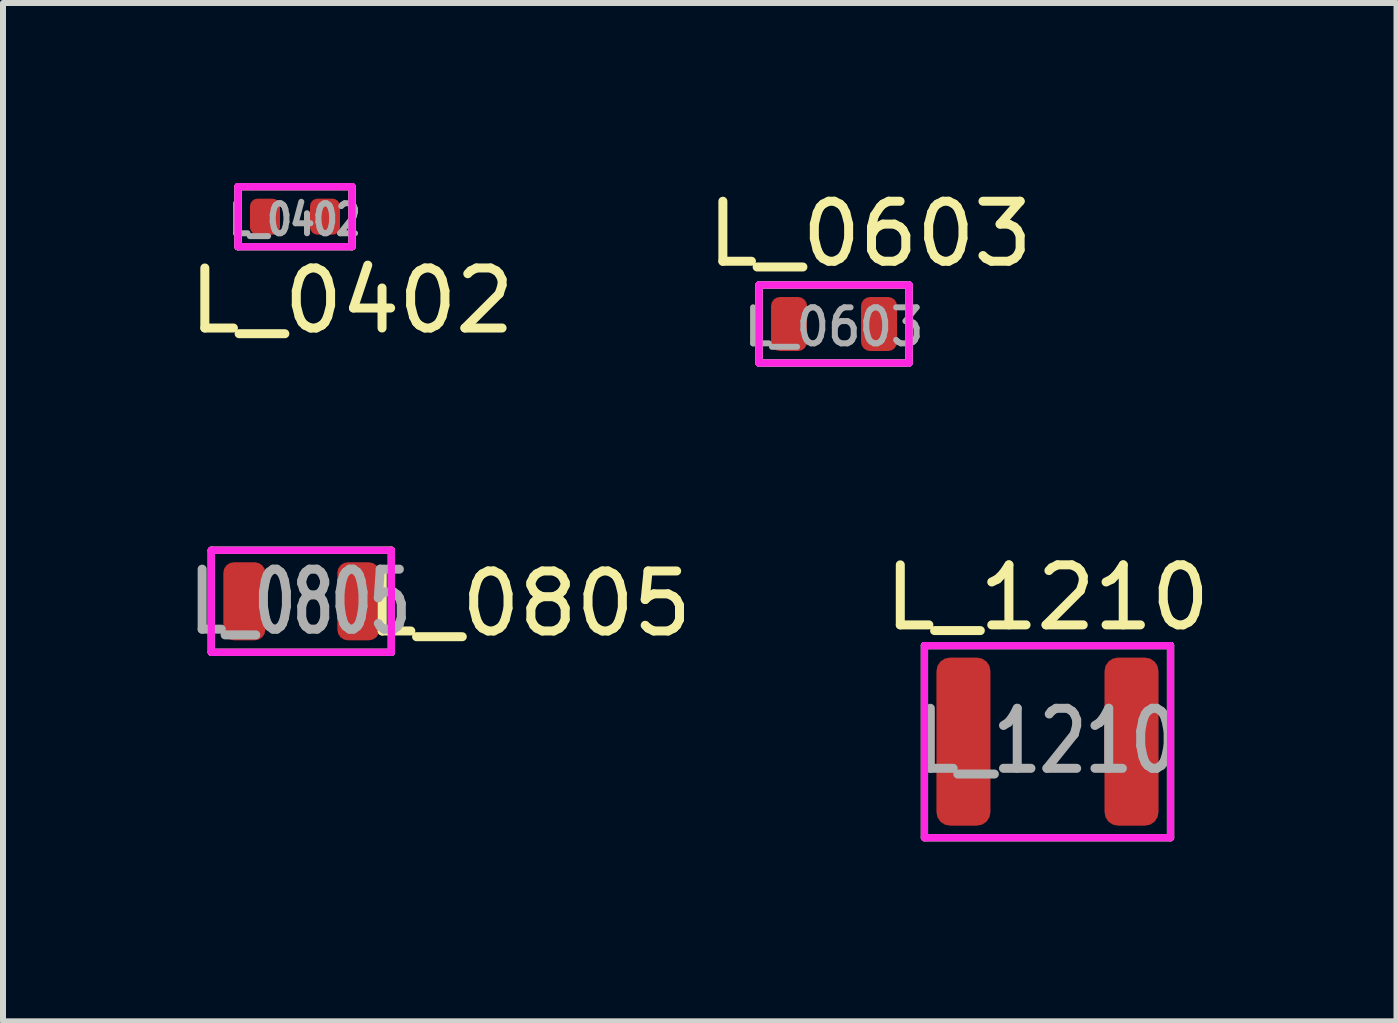
<source format=kicad_pcb>
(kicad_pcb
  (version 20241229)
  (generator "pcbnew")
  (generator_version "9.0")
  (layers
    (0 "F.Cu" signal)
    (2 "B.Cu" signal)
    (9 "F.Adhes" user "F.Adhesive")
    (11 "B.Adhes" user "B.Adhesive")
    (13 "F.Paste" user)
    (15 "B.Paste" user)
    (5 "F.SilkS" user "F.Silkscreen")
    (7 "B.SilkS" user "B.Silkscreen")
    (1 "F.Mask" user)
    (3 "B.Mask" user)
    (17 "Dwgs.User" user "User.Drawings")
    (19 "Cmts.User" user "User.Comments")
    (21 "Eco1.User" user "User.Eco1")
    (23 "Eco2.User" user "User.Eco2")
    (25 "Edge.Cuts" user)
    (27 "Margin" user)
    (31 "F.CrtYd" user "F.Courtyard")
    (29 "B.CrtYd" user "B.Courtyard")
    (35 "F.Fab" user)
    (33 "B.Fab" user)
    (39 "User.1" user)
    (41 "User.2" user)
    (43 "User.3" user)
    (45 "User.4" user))
  (footprint "L_0603"
    (layer "F.Cu")
    (at 10.846 2.348)
    (property "Reference" "L_0603" (at 0.6 -1.5 0) (layer "F.SilkS") (effects (font (size 1 1) (thickness 0.15))))
    (attr through_hole)
    (fp_line (start -1.25 -0.65) (end -1.25 0.65) (stroke (width 0.12) (type solid)) (layer "F.SilkS"))
    (fp_line (start -1.25 0.65) (end 1.25 0.65) (stroke (width 0.12) (type solid)) (layer "F.SilkS"))
    (fp_line (start 1.25 -0.65) (end -1.25 -0.65) (stroke (width 0.12) (type solid)) (layer "F.SilkS"))
    (fp_line (start 1.25 0.65) (end 1.25 -0.65) (stroke (width 0.12) (type solid)) (layer "F.SilkS"))
    (fp_line (start -1.25 -0.65) (end -1.25 0.65) (stroke (width 0.12) (type solid)) (layer "F.CrtYd"))
    (fp_line (start -1.25 0.65) (end 1.25 0.65) (stroke (width 0.12) (type solid)) (layer "F.CrtYd"))
    (fp_line (start 1.25 -0.65) (end -1.25 -0.65) (stroke (width 0.12) (type solid)) (layer "F.CrtYd"))
    (fp_line (start 1.25 0.65) (end 1.25 -0.65) (stroke (width 0.12) (type solid)) (layer "F.CrtYd"))
    (fp_line (start -1.25 -0.65) (end -1.25 0.65) (stroke (width 0.12) (type solid)) (layer "F.Fab"))
    (fp_line (start -1.25 0.65) (end 1.25 0.65) (stroke (width 0.12) (type solid)) (layer "F.Fab"))
    (fp_line (start 1.25 -0.65) (end -1.25 -0.65) (stroke (width 0.12) (type solid)) (layer "F.Fab"))
    (fp_line (start 1.25 0.65) (end 1.25 -0.65) (stroke (width 0.12) (type solid)) (layer "F.Fab"))
    (fp_text user "${REFERENCE}" (at 0 0.05 0) (layer "F.Fab") (effects (font (size 0.6 0.55) (thickness 0.1))))
    (pad "1" smd roundrect (at -0.75 0) (size 0.6 0.9) (layers "F.Cu" "F.Mask" "F.Paste") (roundrect_rratio 0.25))
    (pad "2" smd roundrect (at 0.75 0) (size 0.6 0.9) (layers "F.Cu" "F.Mask" "F.Paste") (roundrect_rratio 0.25)))
  (footprint "L_0402"
    (layer "F.Cu")
    (at 1.865 0.56)
    (property "Reference" "L_0402" (at 0.95 1.4 0) (layer "F.SilkS") (effects (font (size 1 1) (thickness 0.15))))
    (attr through_hole)
    (fp_line (start -0.95 -0.5) (end 0.95 -0.5) (stroke (width 0.12) (type solid)) (layer "F.SilkS"))
    (fp_line (start -0.95 0.5) (end -0.95 -0.5) (stroke (width 0.12) (type solid)) (layer "F.SilkS"))
    (fp_line (start 0.95 -0.5) (end 0.95 0.5) (stroke (width 0.12) (type solid)) (layer "F.SilkS"))
    (fp_line (start 0.95 0.5) (end -0.95 0.5) (stroke (width 0.12) (type solid)) (layer "F.SilkS"))
    (fp_line (start -0.95 -0.5) (end 0.95 -0.5) (stroke (width 0.12) (type solid)) (layer "F.CrtYd"))
    (fp_line (start -0.95 0.5) (end -0.95 -0.5) (stroke (width 0.12) (type solid)) (layer "F.CrtYd"))
    (fp_line (start 0.95 -0.5) (end 0.95 0.5) (stroke (width 0.12) (type solid)) (layer "F.CrtYd"))
    (fp_line (start 0.95 0.5) (end -0.95 0.5) (stroke (width 0.12) (type solid)) (layer "F.CrtYd"))
    (fp_line (start -0.95 -0.5) (end 0.95 -0.5) (stroke (width 0.12) (type solid)) (layer "F.Fab"))
    (fp_line (start -0.95 0.5) (end -0.95 -0.5) (stroke (width 0.12) (type solid)) (layer "F.Fab"))
    (fp_line (start 0.95 -0.5) (end 0.95 0.5) (stroke (width 0.12) (type solid)) (layer "F.Fab"))
    (fp_line (start 0.95 0.5) (end -0.95 0.5) (stroke (width 0.12) (type solid)) (layer "F.Fab"))
    (fp_text user "${REFERENCE}" (at 0 0.05 0) (layer "F.Fab") (effects (font (size 0.5 0.4) (thickness 0.1))))
    (pad "1" smd roundrect (at -0.5 0) (size 0.5 0.6) (layers "F.Cu" "F.Mask" "F.Paste") (roundrect_rratio 0.25))
    (pad "2" smd roundrect (at 0.5 0) (size 0.5 0.6) (layers "F.Cu" "F.Mask" "F.Paste") (roundrect_rratio 0.25)))
  (footprint "L_1210"
    (layer "F.Cu")
    (at 14.402 9.306)
    (property "Reference" "L_1210" (at 0 -2.4 0) (layer "F.SilkS") (effects (font (size 1 1) (thickness 0.15))))
    (attr through_hole)
    (fp_line (start -2.05 -1.6) (end 2.05 -1.6) (stroke (width 0.12) (type solid)) (layer "F.SilkS"))
    (fp_line (start -2.05 1.6) (end -2.05 -1.6) (stroke (width 0.12) (type solid)) (layer "F.SilkS"))
    (fp_line (start 2.05 -1.6) (end 2.05 1.6) (stroke (width 0.12) (type solid)) (layer "F.SilkS"))
    (fp_line (start 2.05 1.6) (end -2.05 1.6) (stroke (width 0.12) (type solid)) (layer "F.SilkS"))
    (fp_line (start -2.05 -1.6) (end 2.05 -1.6) (stroke (width 0.12) (type solid)) (layer "F.CrtYd"))
    (fp_line (start -2.05 1.6) (end -2.05 -1.6) (stroke (width 0.12) (type solid)) (layer "F.CrtYd"))
    (fp_line (start 2.05 -1.6) (end 2.05 1.6) (stroke (width 0.12) (type solid)) (layer "F.CrtYd"))
    (fp_line (start 2.05 1.6) (end -2.05 1.6) (stroke (width 0.12) (type solid)) (layer "F.CrtYd"))
    (fp_line (start -2.05 -1.6) (end 2.05 -1.6) (stroke (width 0.12) (type solid)) (layer "F.Fab"))
    (fp_line (start -2.05 1.6) (end -2.05 -1.6) (stroke (width 0.12) (type solid)) (layer "F.Fab"))
    (fp_line (start 2.05 -1.6) (end 2.05 1.6) (stroke (width 0.12) (type solid)) (layer "F.Fab"))
    (fp_line (start 2.05 1.6) (end -2.05 1.6) (stroke (width 0.12) (type solid)) (layer "F.Fab"))
    (fp_text user "${REFERENCE}" (at 0.01 -0.01 0) (layer "F.Fab") (effects (font (size 1 0.8) (thickness 0.15))))
    (pad "1" smd roundrect (at -1.4 0) (size 0.9 2.8) (layers "F.Cu" "F.Mask" "F.Paste") (roundrect_rratio 0.25))
    (pad "2" smd roundrect (at 1.4 0) (size 0.9 2.8) (layers "F.Cu" "F.Mask" "F.Paste") (roundrect_rratio 0.25)))
  (footprint "L_0805"
    (layer "F.Cu")
    (at 1.971 6.968)
    (property "Reference" "L_0805" (at 3.8 0.04 0) (layer "F.SilkS") (effects (font (size 1 1) (thickness 0.15))))
    (attr through_hole)
    (fp_line (start -1.5 -0.85) (end 1.5 -0.85) (stroke (width 0.12) (type solid)) (layer "F.SilkS"))
    (fp_line (start -1.5 0.85) (end -1.5 -0.85) (stroke (width 0.12) (type solid)) (layer "F.SilkS"))
    (fp_line (start 1.5 -0.85) (end 1.5 0.85) (stroke (width 0.12) (type solid)) (layer "F.SilkS"))
    (fp_line (start 1.5 0.85) (end -1.5 0.85) (stroke (width 0.12) (type solid)) (layer "F.SilkS"))
    (fp_line (start -1.5 -0.85) (end 1.5 -0.85) (stroke (width 0.12) (type solid)) (layer "F.CrtYd"))
    (fp_line (start -1.5 0.85) (end -1.5 -0.85) (stroke (width 0.12) (type solid)) (layer "F.CrtYd"))
    (fp_line (start 1.5 -0.85) (end 1.5 0.85) (stroke (width 0.12) (type solid)) (layer "F.CrtYd"))
    (fp_line (start 1.5 0.85) (end -1.5 0.85) (stroke (width 0.12) (type solid)) (layer "F.CrtYd"))
    (fp_line (start -1.5 -0.85) (end 1.5 -0.85) (stroke (width 0.12) (type solid)) (layer "F.Fab"))
    (fp_line (start -1.5 0.85) (end -1.5 -0.85) (stroke (width 0.12) (type solid)) (layer "F.Fab"))
    (fp_line (start 1.5 -0.85) (end 1.5 0.85) (stroke (width 0.12) (type solid)) (layer "F.Fab"))
    (fp_line (start 1.5 0.85) (end -1.5 0.85) (stroke (width 0.12) (type solid)) (layer "F.Fab"))
    (fp_text user "${REFERENCE}" (at -0.01 0.01 0) (layer "F.Fab") (effects (font (size 1 0.67) (thickness 0.15))))
    (pad "1" smd roundrect (at -0.95 0) (size 0.7 1.3) (layers "F.Cu" "F.Mask" "F.Paste") (roundrect_rratio 0.25))
    (pad "2" smd roundrect (at 0.95 0) (size 0.7 1.3) (layers "F.Cu" "F.Mask" "F.Paste") (roundrect_rratio 0.25)))
  (gr_rect
    (start -3 -3)
    (end 20.217 13.966)
    (stroke (width 0.1) (type default))
    (fill no)
    (layer "Edge.Cuts")))
</source>
